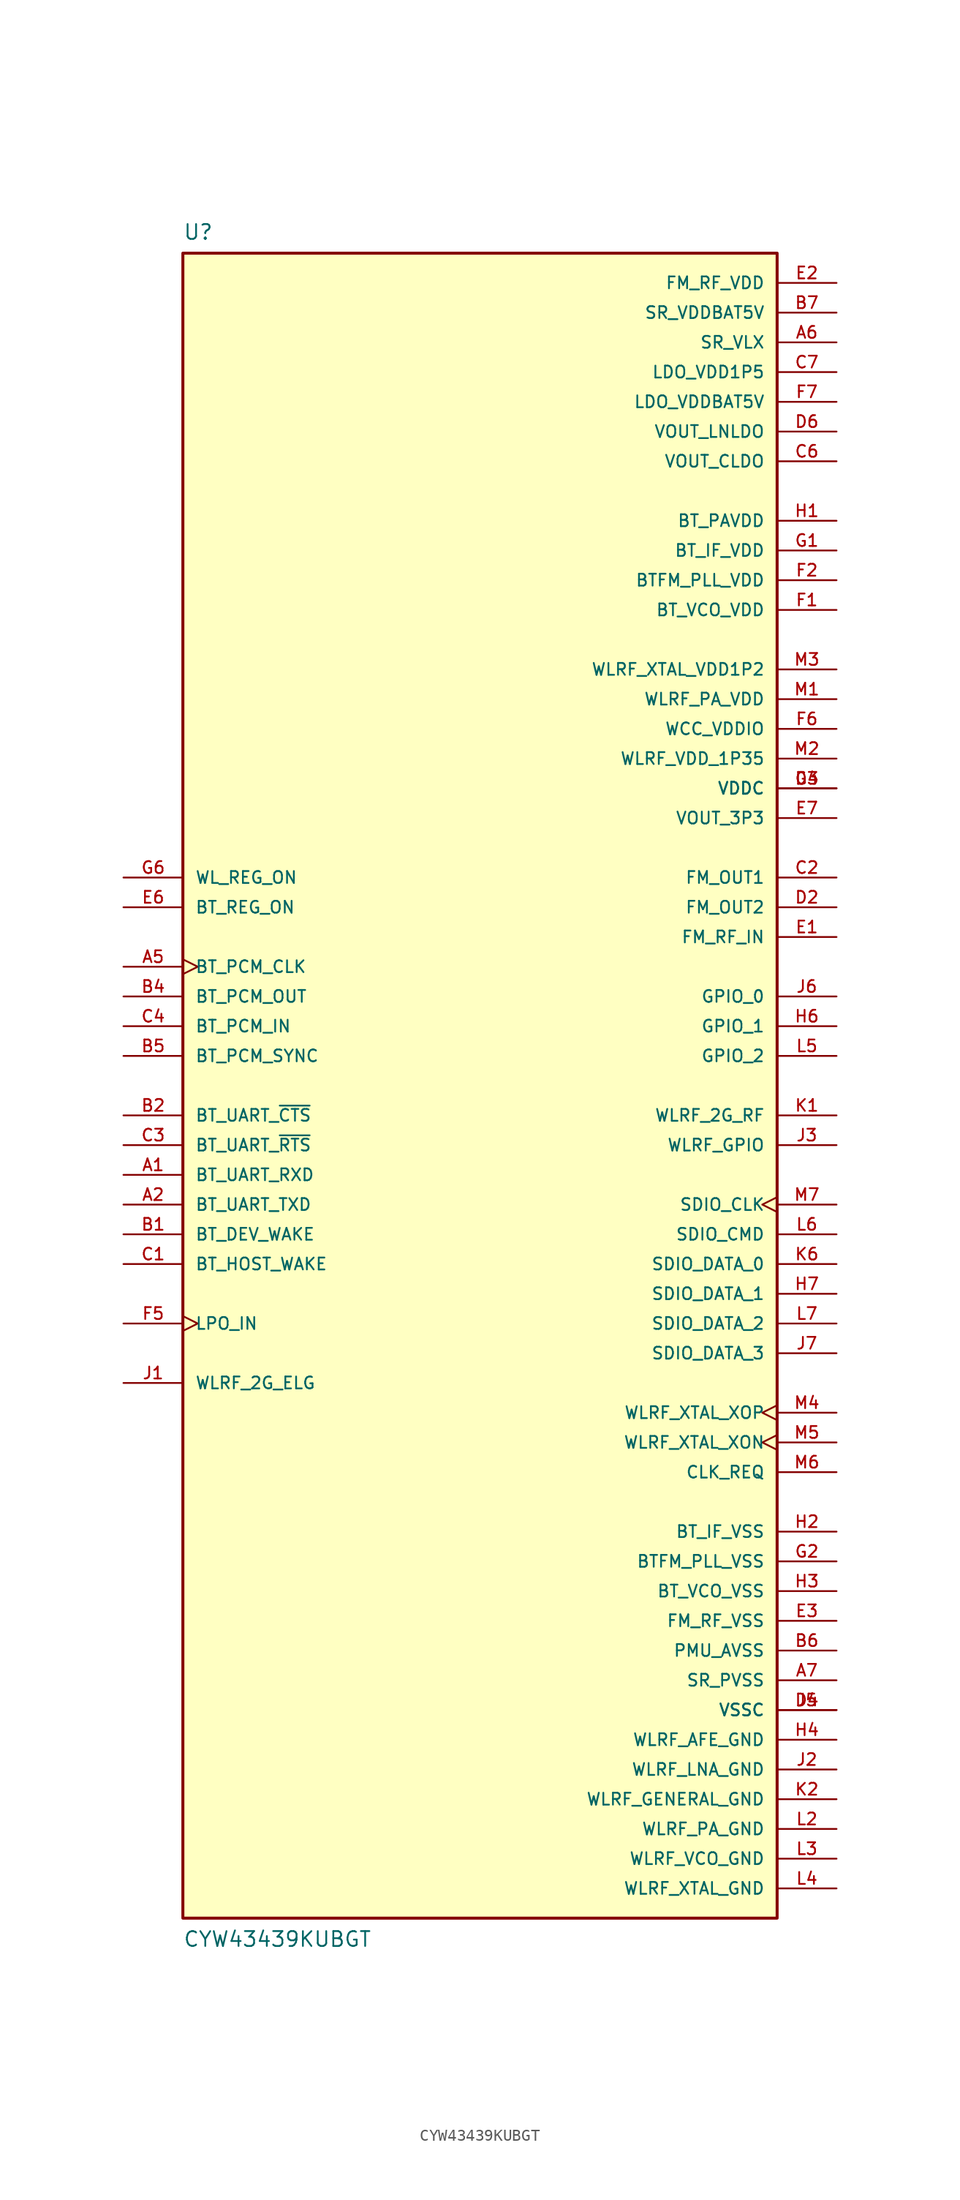
<source format=kicad_sym>
(kicad_symbol_lib
  (version 20211014)
  (generator kicad_symbol_editor)
  (symbol "CYW43439KUBGT"
    (pin_names
      (offset 1.016))
    (property "Reference" "U"
      (at -25.4 73.66 0)
      (effects (font (size 1.27 1.27)) (justify top left)))
    (property "Value" "CYW43439KUBGT"
      (at -25.4 -73.66 0)
      (effects (font (size 1.27 1.27)) (justify bottom left)))
    (symbol "CYW43439KUBGT_0_0"
      (rectangle (start -25.4 -71.12) (end 25.4 71.12) (stroke (width 0.254)) (fill (type background)))
      (pin input line (at -30.48 -7.62 0) (length 5.08) (name "BT_UART_RXD" (effects (font (size 1.016 1.016)))) (number "A1" (effects (font (size 1.016 1.016)))))
      (pin output line (at -30.48 -10.16 0) (length 5.08) (name "BT_UART_TXD" (effects (font (size 1.016 1.016)))) (number "A2" (effects (font (size 1.016 1.016)))))
      (pin bidirectional clock (at -30.48 10.16 0) (length 5.08) (name "BT_PCM_CLK" (effects (font (size 1.016 1.016)))) (number "A5" (effects (font (size 1.016 1.016)))))
      (pin power_in line (at 30.48 63.5 180.0) (length 5.08) (name "SR_VLX" (effects (font (size 1.016 1.016)))) (number "A6" (effects (font (size 1.016 1.016)))))
      (pin power_in line (at 30.48 -50.8 180.0) (length 5.08) (name "SR_PVSS" (effects (font (size 1.016 1.016)))) (number "A7" (effects (font (size 1.016 1.016)))))
      (pin bidirectional line (at -30.48 -12.7 0) (length 5.08) (name "BT_DEV_WAKE" (effects (font (size 1.016 1.016)))) (number "B1" (effects (font (size 1.016 1.016)))))
      (pin input line (at -30.48 -2.54 0) (length 5.08) (name "BT_UART_~{CTS}" (effects (font (size 1.016 1.016)))) (number "B2" (effects (font (size 1.016 1.016)))))
      (pin output line (at -30.48 7.62 0) (length 5.08) (name "BT_PCM_OUT" (effects (font (size 1.016 1.016)))) (number "B4" (effects (font (size 1.016 1.016)))))
      (pin bidirectional line (at -30.48 2.54 0) (length 5.08) (name "BT_PCM_SYNC" (effects (font (size 1.016 1.016)))) (number "B5" (effects (font (size 1.016 1.016)))))
      (pin power_in line (at 30.48 -48.26 180.0) (length 5.08) (name "PMU_AVSS" (effects (font (size 1.016 1.016)))) (number "B6" (effects (font (size 1.016 1.016)))))
      (pin power_in line (at 30.48 66.04 180.0) (length 5.08) (name "SR_VDDBAT5V" (effects (font (size 1.016 1.016)))) (number "B7" (effects (font (size 1.016 1.016)))))
      (pin bidirectional line (at -30.48 -15.24 0) (length 5.08) (name "BT_HOST_WAKE" (effects (font (size 1.016 1.016)))) (number "C1" (effects (font (size 1.016 1.016)))))
      (pin output line (at 30.48 17.78 180.0) (length 5.08) (name "FM_OUT1" (effects (font (size 1.016 1.016)))) (number "C2" (effects (font (size 1.016 1.016)))))
      (pin output line (at -30.48 -5.08 0) (length 5.08) (name "BT_UART_~{RTS}" (effects (font (size 1.016 1.016)))) (number "C3" (effects (font (size 1.016 1.016)))))
      (pin input line (at -30.48 5.08 0) (length 5.08) (name "BT_PCM_IN" (effects (font (size 1.016 1.016)))) (number "C4" (effects (font (size 1.016 1.016)))))
      (pin power_in line (at 30.48 53.34 180.0) (length 5.08) (name "VOUT_CLDO" (effects (font (size 1.016 1.016)))) (number "C6" (effects (font (size 1.016 1.016)))))
      (pin power_in line (at 30.48 60.96 180.0) (length 5.08) (name "LDO_VDD1P5" (effects (font (size 1.016 1.016)))) (number "C7" (effects (font (size 1.016 1.016)))))
      (pin output line (at 30.48 15.24 180.0) (length 5.08) (name "FM_OUT2" (effects (font (size 1.016 1.016)))) (number "D2" (effects (font (size 1.016 1.016)))))
      (pin power_in line (at 30.48 25.4 180.0) (length 5.08) (name "VDDC" (effects (font (size 1.016 1.016)))) (number "D3" (effects (font (size 1.016 1.016)))))
      (pin power_in line (at 30.48 25.4 180.0) (length 5.08) (name "VDDC" (effects (font (size 1.016 1.016)))) (number "G4" (effects (font (size 1.016 1.016)))))
      (pin power_in line (at 30.48 -53.34 180.0) (length 5.08) (name "VSSC" (effects (font (size 1.016 1.016)))) (number "D4" (effects (font (size 1.016 1.016)))))
      (pin power_in line (at 30.48 -53.34 180.0) (length 5.08) (name "VSSC" (effects (font (size 1.016 1.016)))) (number "J5" (effects (font (size 1.016 1.016)))))
      (pin power_in line (at 30.48 55.88 180.0) (length 5.08) (name "VOUT_LNLDO" (effects (font (size 1.016 1.016)))) (number "D6" (effects (font (size 1.016 1.016)))))
      (pin input line (at 30.48 12.7 180.0) (length 5.08) (name "FM_RF_IN" (effects (font (size 1.016 1.016)))) (number "E1" (effects (font (size 1.016 1.016)))))
      (pin bidirectional line (at 30.48 68.58 180.0) (length 5.08) (name "FM_RF_VDD" (effects (font (size 1.016 1.016)))) (number "E2" (effects (font (size 1.016 1.016)))))
      (pin power_in line (at 30.48 -45.72 180.0) (length 5.08) (name "FM_RF_VSS" (effects (font (size 1.016 1.016)))) (number "E3" (effects (font (size 1.016 1.016)))))
      (pin input line (at -30.48 15.24 0) (length 5.08) (name "BT_REG_ON" (effects (font (size 1.016 1.016)))) (number "E6" (effects (font (size 1.016 1.016)))))
      (pin power_in line (at 30.48 22.86 180.0) (length 5.08) (name "VOUT_3P3" (effects (font (size 1.016 1.016)))) (number "E7" (effects (font (size 1.016 1.016)))))
      (pin power_in line (at 30.48 40.64 180.0) (length 5.08) (name "BT_VCO_VDD" (effects (font (size 1.016 1.016)))) (number "F1" (effects (font (size 1.016 1.016)))))
      (pin power_in line (at 30.48 43.18 180.0) (length 5.08) (name "BTFM_PLL_VDD" (effects (font (size 1.016 1.016)))) (number "F2" (effects (font (size 1.016 1.016)))))
      (pin input clock (at -30.48 -20.32 0) (length 5.08) (name "LPO_IN" (effects (font (size 1.016 1.016)))) (number "F5" (effects (font (size 1.016 1.016)))))
      (pin power_in line (at 30.48 30.48 180.0) (length 5.08) (name "WCC_VDDIO" (effects (font (size 1.016 1.016)))) (number "F6" (effects (font (size 1.016 1.016)))))
      (pin power_in line (at 30.48 58.42 180.0) (length 5.08) (name "LDO_VDDBAT5V" (effects (font (size 1.016 1.016)))) (number "F7" (effects (font (size 1.016 1.016)))))
      (pin power_in line (at 30.48 45.72 180.0) (length 5.08) (name "BT_IF_VDD" (effects (font (size 1.016 1.016)))) (number "G1" (effects (font (size 1.016 1.016)))))
      (pin power_in line (at 30.48 -40.64 180.0) (length 5.08) (name "BTFM_PLL_VSS" (effects (font (size 1.016 1.016)))) (number "G2" (effects (font (size 1.016 1.016)))))
      (pin input line (at -30.48 17.78 0) (length 5.08) (name "WL_REG_ON" (effects (font (size 1.016 1.016)))) (number "G6" (effects (font (size 1.016 1.016)))))
      (pin power_in line (at 30.48 48.26 180.0) (length 5.08) (name "BT_PAVDD" (effects (font (size 1.016 1.016)))) (number "H1" (effects (font (size 1.016 1.016)))))
      (pin power_in line (at 30.48 -38.1 180.0) (length 5.08) (name "BT_IF_VSS" (effects (font (size 1.016 1.016)))) (number "H2" (effects (font (size 1.016 1.016)))))
      (pin power_in line (at 30.48 -43.18 180.0) (length 5.08) (name "BT_VCO_VSS" (effects (font (size 1.016 1.016)))) (number "H3" (effects (font (size 1.016 1.016)))))
      (pin power_in line (at 30.48 -55.88 180.0) (length 5.08) (name "WLRF_AFE_GND" (effects (font (size 1.016 1.016)))) (number "H4" (effects (font (size 1.016 1.016)))))
      (pin bidirectional line (at 30.48 5.08 180.0) (length 5.08) (name "GPIO_1" (effects (font (size 1.016 1.016)))) (number "H6" (effects (font (size 1.016 1.016)))))
      (pin bidirectional line (at 30.48 -17.78 180.0) (length 5.08) (name "SDIO_DATA_1" (effects (font (size 1.016 1.016)))) (number "H7" (effects (font (size 1.016 1.016)))))
      (pin input line (at -30.48 -25.4 0) (length 5.08) (name "WLRF_2G_ELG" (effects (font (size 1.016 1.016)))) (number "J1" (effects (font (size 1.016 1.016)))))
      (pin power_in line (at 30.48 -58.42 180.0) (length 5.08) (name "WLRF_LNA_GND" (effects (font (size 1.016 1.016)))) (number "J2" (effects (font (size 1.016 1.016)))))
      (pin bidirectional line (at 30.48 -5.08 180.0) (length 5.08) (name "WLRF_GPIO" (effects (font (size 1.016 1.016)))) (number "J3" (effects (font (size 1.016 1.016)))))
      (pin bidirectional line (at 30.48 7.62 180.0) (length 5.08) (name "GPIO_0" (effects (font (size 1.016 1.016)))) (number "J6" (effects (font (size 1.016 1.016)))))
      (pin bidirectional line (at 30.48 -22.86 180.0) (length 5.08) (name "SDIO_DATA_3" (effects (font (size 1.016 1.016)))) (number "J7" (effects (font (size 1.016 1.016)))))
      (pin output line (at 30.48 -2.54 180.0) (length 5.08) (name "WLRF_2G_RF" (effects (font (size 1.016 1.016)))) (number "K1" (effects (font (size 1.016 1.016)))))
      (pin power_in line (at 30.48 -60.96 180.0) (length 5.08) (name "WLRF_GENERAL_GND" (effects (font (size 1.016 1.016)))) (number "K2" (effects (font (size 1.016 1.016)))))
      (pin bidirectional line (at 30.48 -15.24 180.0) (length 5.08) (name "SDIO_DATA_0" (effects (font (size 1.016 1.016)))) (number "K6" (effects (font (size 1.016 1.016)))))
      (pin power_in line (at 30.48 -63.5 180.0) (length 5.08) (name "WLRF_PA_GND" (effects (font (size 1.016 1.016)))) (number "L2" (effects (font (size 1.016 1.016)))))
      (pin power_in line (at 30.48 -66.04 180.0) (length 5.08) (name "WLRF_VCO_GND" (effects (font (size 1.016 1.016)))) (number "L3" (effects (font (size 1.016 1.016)))))
      (pin power_in line (at 30.48 -68.58 180.0) (length 5.08) (name "WLRF_XTAL_GND" (effects (font (size 1.016 1.016)))) (number "L4" (effects (font (size 1.016 1.016)))))
      (pin bidirectional line (at 30.48 2.54 180.0) (length 5.08) (name "GPIO_2" (effects (font (size 1.016 1.016)))) (number "L5" (effects (font (size 1.016 1.016)))))
      (pin bidirectional line (at 30.48 -12.7 180.0) (length 5.08) (name "SDIO_CMD" (effects (font (size 1.016 1.016)))) (number "L6" (effects (font (size 1.016 1.016)))))
      (pin bidirectional line (at 30.48 -20.32 180.0) (length 5.08) (name "SDIO_DATA_2" (effects (font (size 1.016 1.016)))) (number "L7" (effects (font (size 1.016 1.016)))))
      (pin power_in line (at 30.48 33.02 180.0) (length 5.08) (name "WLRF_PA_VDD" (effects (font (size 1.016 1.016)))) (number "M1" (effects (font (size 1.016 1.016)))))
      (pin power_in line (at 30.48 27.94 180.0) (length 5.08) (name "WLRF_VDD_1P35" (effects (font (size 1.016 1.016)))) (number "M2" (effects (font (size 1.016 1.016)))))
      (pin power_in line (at 30.48 35.56 180.0) (length 5.08) (name "WLRF_XTAL_VDD1P2" (effects (font (size 1.016 1.016)))) (number "M3" (effects (font (size 1.016 1.016)))))
      (pin input clock (at 30.48 -27.94 180.0) (length 5.08) (name "WLRF_XTAL_XOP" (effects (font (size 1.016 1.016)))) (number "M4" (effects (font (size 1.016 1.016)))))
      (pin output clock (at 30.48 -30.48 180.0) (length 5.08) (name "WLRF_XTAL_XON" (effects (font (size 1.016 1.016)))) (number "M5" (effects (font (size 1.016 1.016)))))
      (pin output line (at 30.48 -33.02 180.0) (length 5.08) (name "CLK_REQ" (effects (font (size 1.016 1.016)))) (number "M6" (effects (font (size 1.016 1.016)))))
      (pin input clock (at 30.48 -10.16 180.0) (length 5.08) (name "SDIO_CLK" (effects (font (size 1.016 1.016)))) (number "M7" (effects (font (size 1.016 1.016))))))))
</source>
